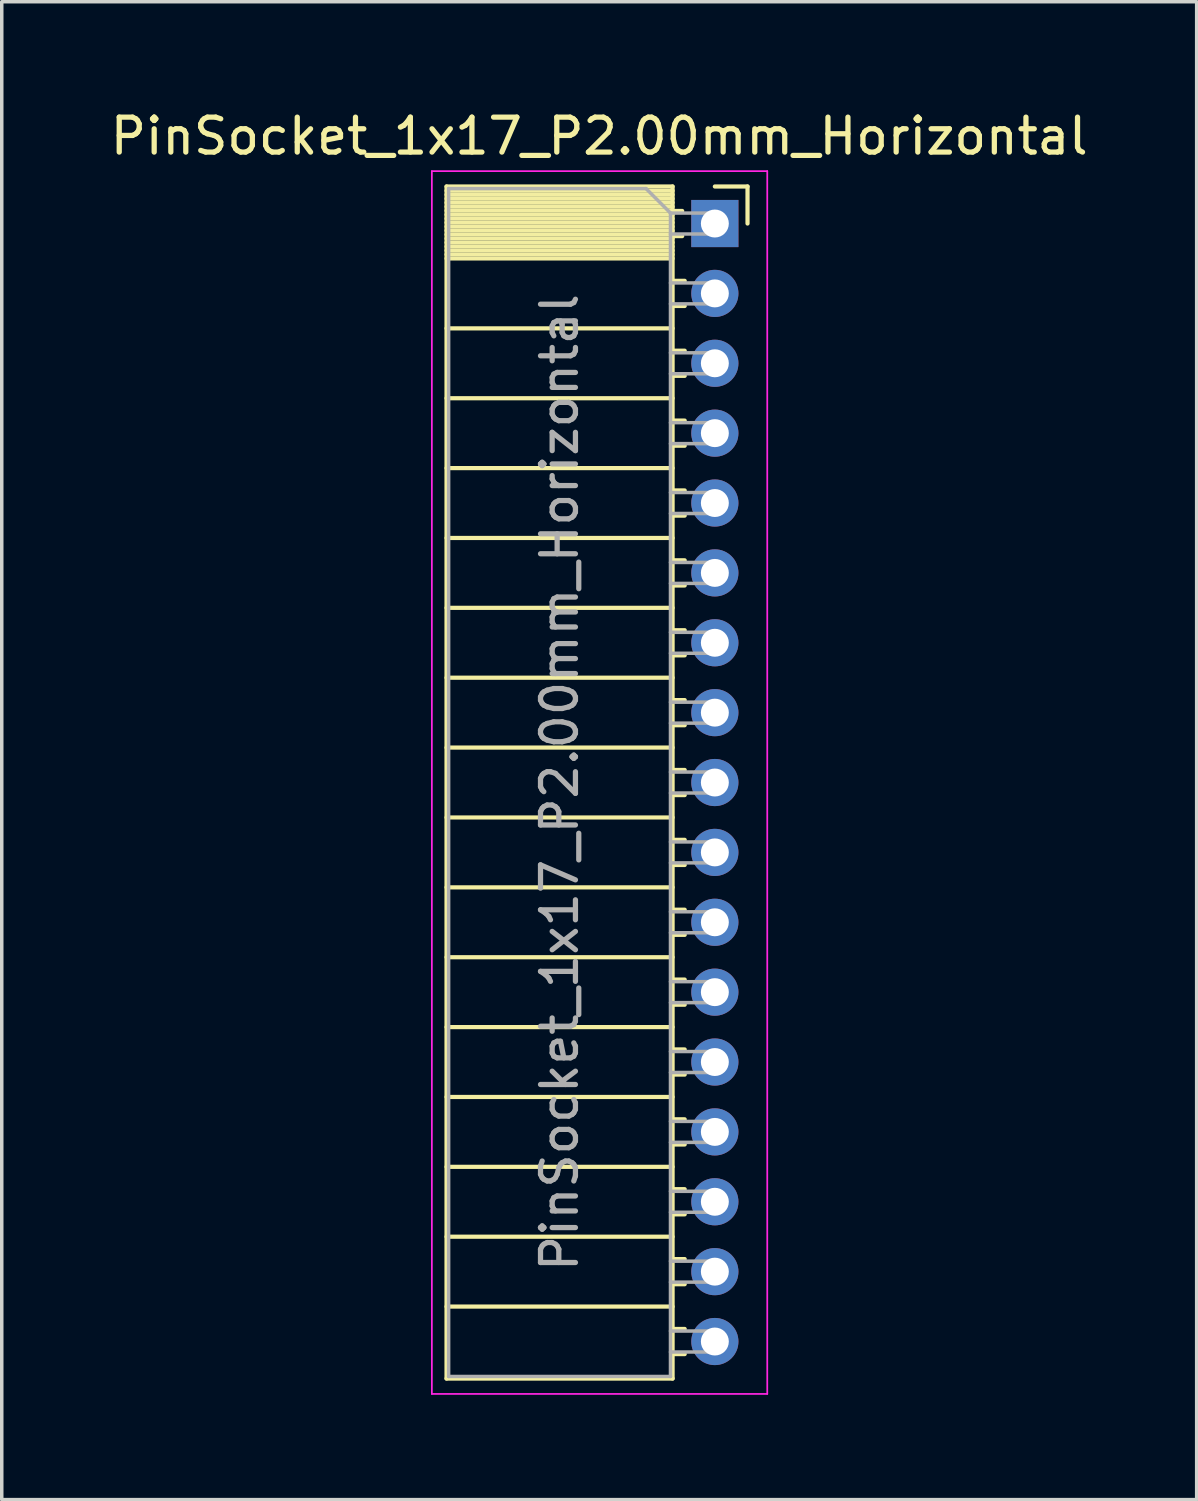
<source format=kicad_pcb>
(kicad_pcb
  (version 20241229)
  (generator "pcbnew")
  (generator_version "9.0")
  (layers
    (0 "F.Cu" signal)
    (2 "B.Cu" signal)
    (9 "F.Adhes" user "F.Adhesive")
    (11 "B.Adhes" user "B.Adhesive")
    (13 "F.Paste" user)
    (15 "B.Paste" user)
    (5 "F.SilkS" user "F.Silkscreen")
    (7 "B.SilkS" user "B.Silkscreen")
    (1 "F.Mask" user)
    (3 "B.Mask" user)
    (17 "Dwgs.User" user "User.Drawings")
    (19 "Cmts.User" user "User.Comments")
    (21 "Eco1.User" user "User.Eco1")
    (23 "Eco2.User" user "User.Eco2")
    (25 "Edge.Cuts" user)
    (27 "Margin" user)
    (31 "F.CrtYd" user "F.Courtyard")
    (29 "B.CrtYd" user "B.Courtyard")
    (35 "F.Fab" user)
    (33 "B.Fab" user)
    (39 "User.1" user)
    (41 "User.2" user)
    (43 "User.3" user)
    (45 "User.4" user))
  (footprint "PinSocket_1x17_P2.00mm_Horizontal"
    (layer "F.Cu")
    (at 17.411 3.348)
    (property "Reference" "PinSocket_1x17_P2.00mm_Horizontal" (at -3.31 -2.5 0) (layer "F.SilkS") (effects (font (size 1 1) (thickness 0.15))))
    (attr through_hole)
    (fp_line (start -7.68 -1.06) (end -7.68 33.06) (stroke (width 0.12) (type solid)) (layer "F.SilkS"))
    (fp_line (start -7.68 -1.06) (end -1.21 -1.06) (stroke (width 0.12) (type solid)) (layer "F.SilkS"))
    (fp_line (start -7.68 -0.94) (end -1.21 -0.94) (stroke (width 0.12) (type solid)) (layer "F.SilkS"))
    (fp_line (start -7.68 -0.826) (end -1.21 -0.826) (stroke (width 0.12) (type solid)) (layer "F.SilkS"))
    (fp_line (start -7.68 -0.712) (end -1.21 -0.712) (stroke (width 0.12) (type solid)) (layer "F.SilkS"))
    (fp_line (start -7.68 -0.598) (end -1.21 -0.598) (stroke (width 0.12) (type solid)) (layer "F.SilkS"))
    (fp_line (start -7.68 -0.484) (end -1.21 -0.484) (stroke (width 0.12) (type solid)) (layer "F.SilkS"))
    (fp_line (start -7.68 -0.369) (end -1.21 -0.369) (stroke (width 0.12) (type solid)) (layer "F.SilkS"))
    (fp_line (start -7.68 -0.255) (end -1.21 -0.255) (stroke (width 0.12) (type solid)) (layer "F.SilkS"))
    (fp_line (start -7.68 -0.141) (end -1.21 -0.141) (stroke (width 0.12) (type solid)) (layer "F.SilkS"))
    (fp_line (start -7.68 -0.027) (end -1.21 -0.027) (stroke (width 0.12) (type solid)) (layer "F.SilkS"))
    (fp_line (start -7.68 0.087) (end -1.21 0.087) (stroke (width 0.12) (type solid)) (layer "F.SilkS"))
    (fp_line (start -7.68 0.201) (end -1.21 0.201) (stroke (width 0.12) (type solid)) (layer "F.SilkS"))
    (fp_line (start -7.68 0.315) (end -1.21 0.315) (stroke (width 0.12) (type solid)) (layer "F.SilkS"))
    (fp_line (start -7.68 0.429) (end -1.21 0.429) (stroke (width 0.12) (type solid)) (layer "F.SilkS"))
    (fp_line (start -7.68 0.544) (end -1.21 0.544) (stroke (width 0.12) (type solid)) (layer "F.SilkS"))
    (fp_line (start -7.68 0.658) (end -1.21 0.658) (stroke (width 0.12) (type solid)) (layer "F.SilkS"))
    (fp_line (start -7.68 0.772) (end -1.21 0.772) (stroke (width 0.12) (type solid)) (layer "F.SilkS"))
    (fp_line (start -7.68 0.886) (end -1.21 0.886) (stroke (width 0.12) (type solid)) (layer "F.SilkS"))
    (fp_line (start -7.68 1) (end -1.21 1) (stroke (width 0.12) (type solid)) (layer "F.SilkS"))
    (fp_line (start -7.68 3) (end -1.21 3) (stroke (width 0.12) (type solid)) (layer "F.SilkS"))
    (fp_line (start -7.68 5) (end -1.21 5) (stroke (width 0.12) (type solid)) (layer "F.SilkS"))
    (fp_line (start -7.68 7) (end -1.21 7) (stroke (width 0.12) (type solid)) (layer "F.SilkS"))
    (fp_line (start -7.68 9) (end -1.21 9) (stroke (width 0.12) (type solid)) (layer "F.SilkS"))
    (fp_line (start -7.68 11) (end -1.21 11) (stroke (width 0.12) (type solid)) (layer "F.SilkS"))
    (fp_line (start -7.68 13) (end -1.21 13) (stroke (width 0.12) (type solid)) (layer "F.SilkS"))
    (fp_line (start -7.68 15) (end -1.21 15) (stroke (width 0.12) (type solid)) (layer "F.SilkS"))
    (fp_line (start -7.68 17) (end -1.21 17) (stroke (width 0.12) (type solid)) (layer "F.SilkS"))
    (fp_line (start -7.68 19) (end -1.21 19) (stroke (width 0.12) (type solid)) (layer "F.SilkS"))
    (fp_line (start -7.68 21) (end -1.21 21) (stroke (width 0.12) (type solid)) (layer "F.SilkS"))
    (fp_line (start -7.68 23) (end -1.21 23) (stroke (width 0.12) (type solid)) (layer "F.SilkS"))
    (fp_line (start -7.68 25) (end -1.21 25) (stroke (width 0.12) (type solid)) (layer "F.SilkS"))
    (fp_line (start -7.68 27) (end -1.21 27) (stroke (width 0.12) (type solid)) (layer "F.SilkS"))
    (fp_line (start -7.68 29) (end -1.21 29) (stroke (width 0.12) (type solid)) (layer "F.SilkS"))
    (fp_line (start -7.68 31) (end -1.21 31) (stroke (width 0.12) (type solid)) (layer "F.SilkS"))
    (fp_line (start -7.68 33.06) (end -1.21 33.06) (stroke (width 0.12) (type solid)) (layer "F.SilkS"))
    (fp_line (start -1.21 -1.06) (end -1.21 33.06) (stroke (width 0.12) (type solid)) (layer "F.SilkS"))
    (fp_line (start -1.21 -0.36) (end -0.935 -0.36) (stroke (width 0.12) (type solid)) (layer "F.SilkS"))
    (fp_line (start -1.21 0.36) (end -0.935 0.36) (stroke (width 0.12) (type solid)) (layer "F.SilkS"))
    (fp_line (start -1.21 1.64) (end -0.863 1.64) (stroke (width 0.12) (type solid)) (layer "F.SilkS"))
    (fp_line (start -1.21 2.36) (end -0.863 2.36) (stroke (width 0.12) (type solid)) (layer "F.SilkS"))
    (fp_line (start -1.21 3.64) (end -0.863 3.64) (stroke (width 0.12) (type solid)) (layer "F.SilkS"))
    (fp_line (start -1.21 4.36) (end -0.863 4.36) (stroke (width 0.12) (type solid)) (layer "F.SilkS"))
    (fp_line (start -1.21 5.64) (end -0.863 5.64) (stroke (width 0.12) (type solid)) (layer "F.SilkS"))
    (fp_line (start -1.21 6.36) (end -0.863 6.36) (stroke (width 0.12) (type solid)) (layer "F.SilkS"))
    (fp_line (start -1.21 7.64) (end -0.863 7.64) (stroke (width 0.12) (type solid)) (layer "F.SilkS"))
    (fp_line (start -1.21 8.36) (end -0.863 8.36) (stroke (width 0.12) (type solid)) (layer "F.SilkS"))
    (fp_line (start -1.21 9.64) (end -0.863 9.64) (stroke (width 0.12) (type solid)) (layer "F.SilkS"))
    (fp_line (start -1.21 10.36) (end -0.863 10.36) (stroke (width 0.12) (type solid)) (layer "F.SilkS"))
    (fp_line (start -1.21 11.64) (end -0.863 11.64) (stroke (width 0.12) (type solid)) (layer "F.SilkS"))
    (fp_line (start -1.21 12.36) (end -0.863 12.36) (stroke (width 0.12) (type solid)) (layer "F.SilkS"))
    (fp_line (start -1.21 13.64) (end -0.863 13.64) (stroke (width 0.12) (type solid)) (layer "F.SilkS"))
    (fp_line (start -1.21 14.36) (end -0.863 14.36) (stroke (width 0.12) (type solid)) (layer "F.SilkS"))
    (fp_line (start -1.21 15.64) (end -0.863 15.64) (stroke (width 0.12) (type solid)) (layer "F.SilkS"))
    (fp_line (start -1.21 16.36) (end -0.863 16.36) (stroke (width 0.12) (type solid)) (layer "F.SilkS"))
    (fp_line (start -1.21 17.64) (end -0.863 17.64) (stroke (width 0.12) (type solid)) (layer "F.SilkS"))
    (fp_line (start -1.21 18.36) (end -0.863 18.36) (stroke (width 0.12) (type solid)) (layer "F.SilkS"))
    (fp_line (start -1.21 19.64) (end -0.863 19.64) (stroke (width 0.12) (type solid)) (layer "F.SilkS"))
    (fp_line (start -1.21 20.36) (end -0.863 20.36) (stroke (width 0.12) (type solid)) (layer "F.SilkS"))
    (fp_line (start -1.21 21.64) (end -0.863 21.64) (stroke (width 0.12) (type solid)) (layer "F.SilkS"))
    (fp_line (start -1.21 22.36) (end -0.863 22.36) (stroke (width 0.12) (type solid)) (layer "F.SilkS"))
    (fp_line (start -1.21 23.64) (end -0.863 23.64) (stroke (width 0.12) (type solid)) (layer "F.SilkS"))
    (fp_line (start -1.21 24.36) (end -0.863 24.36) (stroke (width 0.12) (type solid)) (layer "F.SilkS"))
    (fp_line (start -1.21 25.64) (end -0.863 25.64) (stroke (width 0.12) (type solid)) (layer "F.SilkS"))
    (fp_line (start -1.21 26.36) (end -0.863 26.36) (stroke (width 0.12) (type solid)) (layer "F.SilkS"))
    (fp_line (start -1.21 27.64) (end -0.863 27.64) (stroke (width 0.12) (type solid)) (layer "F.SilkS"))
    (fp_line (start -1.21 28.36) (end -0.863 28.36) (stroke (width 0.12) (type solid)) (layer "F.SilkS"))
    (fp_line (start -1.21 29.64) (end -0.863 29.64) (stroke (width 0.12) (type solid)) (layer "F.SilkS"))
    (fp_line (start -1.21 30.36) (end -0.863 30.36) (stroke (width 0.12) (type solid)) (layer "F.SilkS"))
    (fp_line (start -1.21 31.64) (end -0.863 31.64) (stroke (width 0.12) (type solid)) (layer "F.SilkS"))
    (fp_line (start -1.21 32.36) (end -0.863 32.36) (stroke (width 0.12) (type solid)) (layer "F.SilkS"))
    (fp_line (start 0 -1.06) (end 0.935 -1.06) (stroke (width 0.12) (type solid)) (layer "F.SilkS"))
    (fp_line (start 0.935 -1.06) (end 0.935 0) (stroke (width 0.12) (type solid)) (layer "F.SilkS"))
    (fp_line (start -8.1 -1.5) (end -8.1 33.5) (stroke (width 0.05) (type solid)) (layer "F.CrtYd"))
    (fp_line (start -8.1 33.5) (end 1.5 33.5) (stroke (width 0.05) (type solid)) (layer "F.CrtYd"))
    (fp_line (start 1.5 -1.5) (end -8.1 -1.5) (stroke (width 0.05) (type solid)) (layer "F.CrtYd"))
    (fp_line (start 1.5 33.5) (end 1.5 -1.5) (stroke (width 0.05) (type solid)) (layer "F.CrtYd"))
    (fp_line (start -7.62 -1) (end -1.97 -1) (stroke (width 0.1) (type solid)) (layer "F.Fab"))
    (fp_line (start -7.62 33) (end -7.62 -1) (stroke (width 0.1) (type solid)) (layer "F.Fab"))
    (fp_line (start -1.97 -1) (end -1.27 -0.3) (stroke (width 0.1) (type solid)) (layer "F.Fab"))
    (fp_line (start -1.27 -0.3) (end -1.27 33) (stroke (width 0.1) (type solid)) (layer "F.Fab"))
    (fp_line (start -1.27 0.3) (end 0 0.3) (stroke (width 0.1) (type solid)) (layer "F.Fab"))
    (fp_line (start -1.27 2.3) (end 0 2.3) (stroke (width 0.1) (type solid)) (layer "F.Fab"))
    (fp_line (start -1.27 4.3) (end 0 4.3) (stroke (width 0.1) (type solid)) (layer "F.Fab"))
    (fp_line (start -1.27 6.3) (end 0 6.3) (stroke (width 0.1) (type solid)) (layer "F.Fab"))
    (fp_line (start -1.27 8.3) (end 0 8.3) (stroke (width 0.1) (type solid)) (layer "F.Fab"))
    (fp_line (start -1.27 10.3) (end 0 10.3) (stroke (width 0.1) (type solid)) (layer "F.Fab"))
    (fp_line (start -1.27 12.3) (end 0 12.3) (stroke (width 0.1) (type solid)) (layer "F.Fab"))
    (fp_line (start -1.27 14.3) (end 0 14.3) (stroke (width 0.1) (type solid)) (layer "F.Fab"))
    (fp_line (start -1.27 16.3) (end 0 16.3) (stroke (width 0.1) (type solid)) (layer "F.Fab"))
    (fp_line (start -1.27 18.3) (end 0 18.3) (stroke (width 0.1) (type solid)) (layer "F.Fab"))
    (fp_line (start -1.27 20.3) (end 0 20.3) (stroke (width 0.1) (type solid)) (layer "F.Fab"))
    (fp_line (start -1.27 22.3) (end 0 22.3) (stroke (width 0.1) (type solid)) (layer "F.Fab"))
    (fp_line (start -1.27 24.3) (end 0 24.3) (stroke (width 0.1) (type solid)) (layer "F.Fab"))
    (fp_line (start -1.27 26.3) (end 0 26.3) (stroke (width 0.1) (type solid)) (layer "F.Fab"))
    (fp_line (start -1.27 28.3) (end 0 28.3) (stroke (width 0.1) (type solid)) (layer "F.Fab"))
    (fp_line (start -1.27 30.3) (end 0 30.3) (stroke (width 0.1) (type solid)) (layer "F.Fab"))
    (fp_line (start -1.27 32.3) (end 0 32.3) (stroke (width 0.1) (type solid)) (layer "F.Fab"))
    (fp_line (start -1.27 33) (end -7.62 33) (stroke (width 0.1) (type solid)) (layer "F.Fab"))
    (fp_line (start 0 -0.3) (end -1.27 -0.3) (stroke (width 0.1) (type solid)) (layer "F.Fab"))
    (fp_line (start 0 0.3) (end 0 -0.3) (stroke (width 0.1) (type solid)) (layer "F.Fab"))
    (fp_line (start 0 1.7) (end -1.27 1.7) (stroke (width 0.1) (type solid)) (layer "F.Fab"))
    (fp_line (start 0 2.3) (end 0 1.7) (stroke (width 0.1) (type solid)) (layer "F.Fab"))
    (fp_line (start 0 3.7) (end -1.27 3.7) (stroke (width 0.1) (type solid)) (layer "F.Fab"))
    (fp_line (start 0 4.3) (end 0 3.7) (stroke (width 0.1) (type solid)) (layer "F.Fab"))
    (fp_line (start 0 5.7) (end -1.27 5.7) (stroke (width 0.1) (type solid)) (layer "F.Fab"))
    (fp_line (start 0 6.3) (end 0 5.7) (stroke (width 0.1) (type solid)) (layer "F.Fab"))
    (fp_line (start 0 7.7) (end -1.27 7.7) (stroke (width 0.1) (type solid)) (layer "F.Fab"))
    (fp_line (start 0 8.3) (end 0 7.7) (stroke (width 0.1) (type solid)) (layer "F.Fab"))
    (fp_line (start 0 9.7) (end -1.27 9.7) (stroke (width 0.1) (type solid)) (layer "F.Fab"))
    (fp_line (start 0 10.3) (end 0 9.7) (stroke (width 0.1) (type solid)) (layer "F.Fab"))
    (fp_line (start 0 11.7) (end -1.27 11.7) (stroke (width 0.1) (type solid)) (layer "F.Fab"))
    (fp_line (start 0 12.3) (end 0 11.7) (stroke (width 0.1) (type solid)) (layer "F.Fab"))
    (fp_line (start 0 13.7) (end -1.27 13.7) (stroke (width 0.1) (type solid)) (layer "F.Fab"))
    (fp_line (start 0 14.3) (end 0 13.7) (stroke (width 0.1) (type solid)) (layer "F.Fab"))
    (fp_line (start 0 15.7) (end -1.27 15.7) (stroke (width 0.1) (type solid)) (layer "F.Fab"))
    (fp_line (start 0 16.3) (end 0 15.7) (stroke (width 0.1) (type solid)) (layer "F.Fab"))
    (fp_line (start 0 17.7) (end -1.27 17.7) (stroke (width 0.1) (type solid)) (layer "F.Fab"))
    (fp_line (start 0 18.3) (end 0 17.7) (stroke (width 0.1) (type solid)) (layer "F.Fab"))
    (fp_line (start 0 19.7) (end -1.27 19.7) (stroke (width 0.1) (type solid)) (layer "F.Fab"))
    (fp_line (start 0 20.3) (end 0 19.7) (stroke (width 0.1) (type solid)) (layer "F.Fab"))
    (fp_line (start 0 21.7) (end -1.27 21.7) (stroke (width 0.1) (type solid)) (layer "F.Fab"))
    (fp_line (start 0 22.3) (end 0 21.7) (stroke (width 0.1) (type solid)) (layer "F.Fab"))
    (fp_line (start 0 23.7) (end -1.27 23.7) (stroke (width 0.1) (type solid)) (layer "F.Fab"))
    (fp_line (start 0 24.3) (end 0 23.7) (stroke (width 0.1) (type solid)) (layer "F.Fab"))
    (fp_line (start 0 25.7) (end -1.27 25.7) (stroke (width 0.1) (type solid)) (layer "F.Fab"))
    (fp_line (start 0 26.3) (end 0 25.7) (stroke (width 0.1) (type solid)) (layer "F.Fab"))
    (fp_line (start 0 27.7) (end -1.27 27.7) (stroke (width 0.1) (type solid)) (layer "F.Fab"))
    (fp_line (start 0 28.3) (end 0 27.7) (stroke (width 0.1) (type solid)) (layer "F.Fab"))
    (fp_line (start 0 29.7) (end -1.27 29.7) (stroke (width 0.1) (type solid)) (layer "F.Fab"))
    (fp_line (start 0 30.3) (end 0 29.7) (stroke (width 0.1) (type solid)) (layer "F.Fab"))
    (fp_line (start 0 31.7) (end -1.27 31.7) (stroke (width 0.1) (type solid)) (layer "F.Fab"))
    (fp_line (start 0 32.3) (end 0 31.7) (stroke (width 0.1) (type solid)) (layer "F.Fab"))
    (fp_text user "${REFERENCE}" (at -4.445 16 90) (layer "F.Fab") (effects (font (size 1 1) (thickness 0.15))))
    (pad "1" thru_hole rect (at 0 0) (size 1.35 1.35) (drill 0.8) (layers "*.Cu" "*.Mask"))
    (pad "2" thru_hole circle (at 0 2) (size 1.35 1.35) (drill 0.8) (layers "*.Cu" "*.Mask"))
    (pad "3" thru_hole circle (at 0 4) (size 1.35 1.35) (drill 0.8) (layers "*.Cu" "*.Mask"))
    (pad "4" thru_hole circle (at 0 6) (size 1.35 1.35) (drill 0.8) (layers "*.Cu" "*.Mask"))
    (pad "5" thru_hole circle (at 0 8) (size 1.35 1.35) (drill 0.8) (layers "*.Cu" "*.Mask"))
    (pad "6" thru_hole circle (at 0 10) (size 1.35 1.35) (drill 0.8) (layers "*.Cu" "*.Mask"))
    (pad "7" thru_hole circle (at 0 12) (size 1.35 1.35) (drill 0.8) (layers "*.Cu" "*.Mask"))
    (pad "8" thru_hole circle (at 0 14) (size 1.35 1.35) (drill 0.8) (layers "*.Cu" "*.Mask"))
    (pad "9" thru_hole circle (at 0 16) (size 1.35 1.35) (drill 0.8) (layers "*.Cu" "*.Mask"))
    (pad "10" thru_hole circle (at 0 18) (size 1.35 1.35) (drill 0.8) (layers "*.Cu" "*.Mask"))
    (pad "11" thru_hole circle (at 0 20) (size 1.35 1.35) (drill 0.8) (layers "*.Cu" "*.Mask"))
    (pad "12" thru_hole circle (at 0 22) (size 1.35 1.35) (drill 0.8) (layers "*.Cu" "*.Mask"))
    (pad "13" thru_hole circle (at 0 24) (size 1.35 1.35) (drill 0.8) (layers "*.Cu" "*.Mask"))
    (pad "14" thru_hole circle (at 0 26) (size 1.35 1.35) (drill 0.8) (layers "*.Cu" "*.Mask"))
    (pad "15" thru_hole circle (at 0 28) (size 1.35 1.35) (drill 0.8) (layers "*.Cu" "*.Mask"))
    (pad "16" thru_hole circle (at 0 30) (size 1.35 1.35) (drill 0.8) (layers "*.Cu" "*.Mask"))
    (pad "17" thru_hole circle (at 0 32) (size 1.35 1.35) (drill 0.8) (layers "*.Cu" "*.Mask")))
  (gr_rect
    (start -3 -3)
    (end 31.202 39.873)
    (stroke (width 0.1) (type default))
    (fill no)
    (layer "Edge.Cuts")))
</source>
